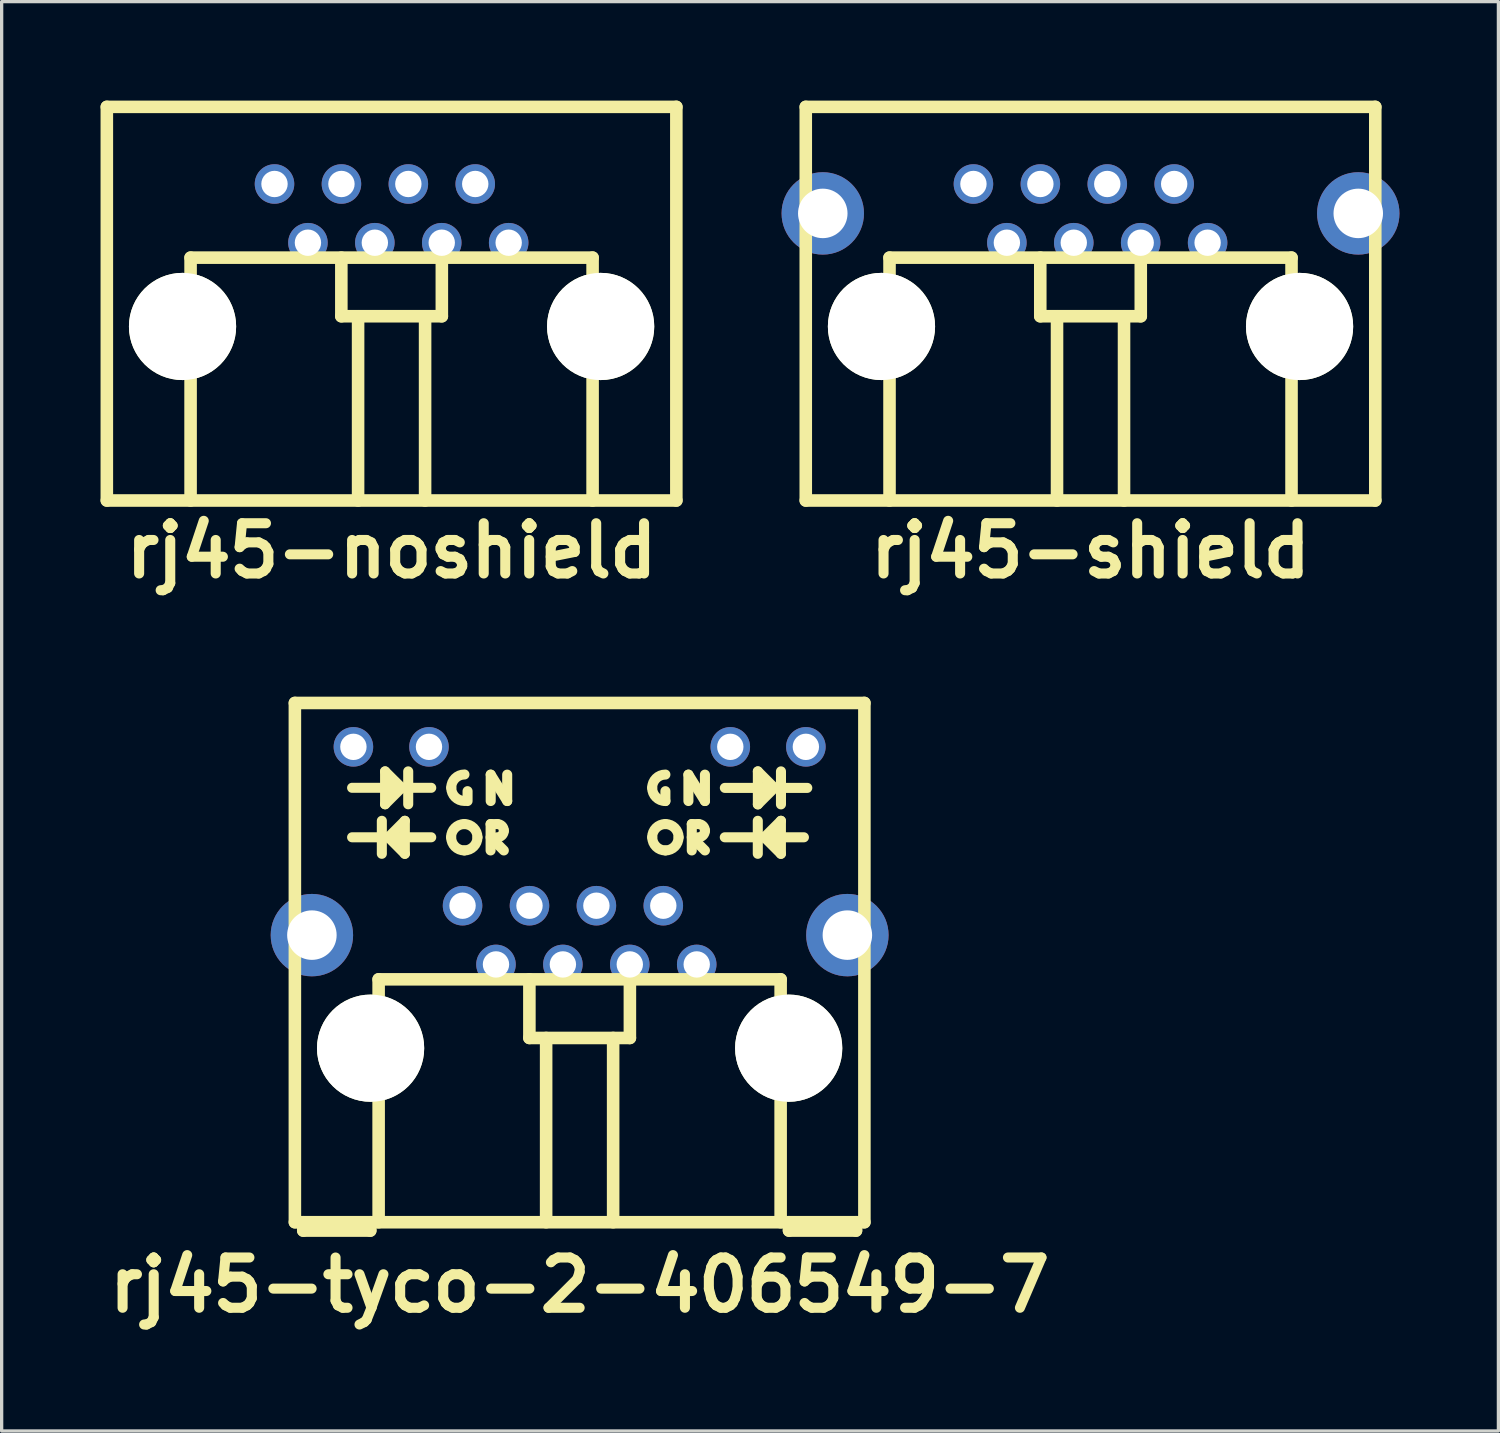
<source format=kicad_pcb>
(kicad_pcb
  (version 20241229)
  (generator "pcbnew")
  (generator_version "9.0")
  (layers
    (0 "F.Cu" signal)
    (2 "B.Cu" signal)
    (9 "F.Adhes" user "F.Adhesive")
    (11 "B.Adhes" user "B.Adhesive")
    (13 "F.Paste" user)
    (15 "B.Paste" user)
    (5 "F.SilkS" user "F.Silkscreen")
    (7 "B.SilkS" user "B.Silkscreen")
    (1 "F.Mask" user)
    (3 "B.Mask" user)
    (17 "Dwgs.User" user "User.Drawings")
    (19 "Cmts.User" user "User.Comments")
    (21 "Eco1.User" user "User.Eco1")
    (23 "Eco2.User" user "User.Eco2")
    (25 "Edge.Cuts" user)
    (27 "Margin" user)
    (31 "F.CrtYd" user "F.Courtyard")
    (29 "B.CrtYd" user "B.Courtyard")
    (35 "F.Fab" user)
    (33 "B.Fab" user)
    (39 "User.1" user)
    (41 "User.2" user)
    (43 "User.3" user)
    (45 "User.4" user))
  (footprint "rj45-shield"
    (layer "F.Cu")
    (at 30.023 6.795)
    (property "Reference" "rj45-shield" (at 0 6.858 0) (layer "F.SilkS") (effects (font (size 1.524 1.524) (thickness 0.305))))
    (attr through_hole)
    (fp_line (start -8.636 -6.604) (end -8.636 5.334) (stroke (width 0.381) (type solid)) (layer "F.SilkS"))
    (fp_line (start -8.636 -6.604) (end 8.636 -6.604) (stroke (width 0.381) (type solid)) (layer "F.SilkS"))
    (fp_line (start -6.096 -2.032) (end 6.096 -2.032) (stroke (width 0.381) (type solid)) (layer "F.SilkS"))
    (fp_line (start -6.096 5.334) (end -6.096 -2.032) (stroke (width 0.381) (type solid)) (layer "F.SilkS"))
    (fp_line (start -1.524 -0.254) (end -1.524 -2.032) (stroke (width 0.381) (type solid)) (layer "F.SilkS"))
    (fp_line (start -1.016 5.334) (end -1.016 -0.254) (stroke (width 0.381) (type solid)) (layer "F.SilkS"))
    (fp_line (start 1.016 -0.254) (end 1.016 5.334) (stroke (width 0.381) (type solid)) (layer "F.SilkS"))
    (fp_line (start 1.524 -2.032) (end 1.524 -0.254) (stroke (width 0.381) (type solid)) (layer "F.SilkS"))
    (fp_line (start 1.524 -0.254) (end -1.524 -0.254) (stroke (width 0.381) (type solid)) (layer "F.SilkS"))
    (fp_line (start 6.096 -2.032) (end 6.096 5.334) (stroke (width 0.381) (type solid)) (layer "F.SilkS"))
    (fp_line (start 8.636 5.334) (end -8.636 5.334) (stroke (width 0.381) (type solid)) (layer "F.SilkS"))
    (fp_line (start 8.636 5.334) (end 8.636 -6.604) (stroke (width 0.381) (type solid)) (layer "F.SilkS"))
    (pad "" thru_hole circle (at -8.12 -3.373) (size 2.499 2.499) (drill 1.501) (layers "*.Cu"))
    (pad "" np_thru_hole circle (at -6.34 0.056) (size 3.251 3.251) (drill 3.251) (layers "*.Cu" "*.Mask" "F.SilkS"))
    (pad "" np_thru_hole circle (at 6.34 0.056) (size 3.251 3.251) (drill 3.251) (layers "*.Cu" "*.Mask" "F.SilkS"))
    (pad "" thru_hole circle (at 8.12 -3.373) (size 2.499 2.499) (drill 1.501) (layers "*.Cu"))
    (pad "1" thru_hole circle (at 3.551 -2.484) (size 1.199 1.199) (drill 0.8) (layers "*.Cu"))
    (pad "2" thru_hole circle (at 2.537 -4.265) (size 1.199 1.199) (drill 0.8) (layers "*.Cu"))
    (pad "3" thru_hole circle (at 1.521 -2.484) (size 1.199 1.199) (drill 0.8) (layers "*.Cu"))
    (pad "4" thru_hole circle (at 0.508 -4.265) (size 1.199 1.199) (drill 0.8) (layers "*.Cu"))
    (pad "5" thru_hole circle (at -0.508 -2.484) (size 1.199 1.199) (drill 0.8) (layers "*.Cu"))
    (pad "6" thru_hole circle (at -1.521 -4.265) (size 1.199 1.199) (drill 0.8) (layers "*.Cu"))
    (pad "7" thru_hole circle (at -2.537 -2.484) (size 1.199 1.199) (drill 0.8) (layers "*.Cu"))
    (pad "8" thru_hole circle (at -3.551 -4.265) (size 1.199 1.199) (drill 0.8) (layers "*.Cu")))
  (footprint "rj45-tyco-2-406549-7"
    (layer "F.Cu")
    (at 14.529 26.143)
    (property "Reference" "rj45-tyco-2-406549-7" (at 0 9.779 0) (layer "F.SilkS") (effects (font (size 1.524 1.524) (thickness 0.305))))
    (attr through_hole)
    (fp_line (start -8.636 -7.874) (end 8.636 -7.874) (stroke (width 0.381) (type solid)) (layer "F.SilkS"))
    (fp_line (start -8.636 7.874) (end -8.636 -7.874) (stroke (width 0.381) (type solid)) (layer "F.SilkS"))
    (fp_line (start -8.382 7.874) (end -8.382 8.128) (stroke (width 0.381) (type solid)) (layer "F.SilkS"))
    (fp_line (start -8.382 8.128) (end -6.35 8.128) (stroke (width 0.381) (type solid)) (layer "F.SilkS"))
    (fp_line (start -6.901 -5.301) (end -4.501 -5.301) (stroke (width 0.305) (type solid)) (layer "F.SilkS"))
    (fp_line (start -6.901 -3.8) (end -4.501 -3.8) (stroke (width 0.305) (type solid)) (layer "F.SilkS"))
    (fp_line (start -6.35 8.128) (end -6.35 7.874) (stroke (width 0.381) (type solid)) (layer "F.SilkS"))
    (fp_line (start -6.096 0.508) (end 6.096 0.508) (stroke (width 0.381) (type solid)) (layer "F.SilkS"))
    (fp_line (start -6.096 7.874) (end -6.096 0.508) (stroke (width 0.381) (type solid)) (layer "F.SilkS"))
    (fp_line (start -5.999 -4.3) (end -5.999 -3.299) (stroke (width 0.305) (type solid)) (layer "F.SilkS"))
    (fp_line (start -5.9 -5.799) (end -5.9 -4.801) (stroke (width 0.305) (type solid)) (layer "F.SilkS"))
    (fp_line (start -5.9 -4.801) (end -5.4 -5.301) (stroke (width 0.305) (type solid)) (layer "F.SilkS"))
    (fp_line (start -5.799 -3.8) (end -5.301 -3.299) (stroke (width 0.305) (type solid)) (layer "F.SilkS"))
    (fp_line (start -5.4 -5.301) (end -5.9 -5.799) (stroke (width 0.305) (type solid)) (layer "F.SilkS"))
    (fp_line (start -5.301 -4.3) (end -5.799 -3.8) (stroke (width 0.305) (type solid)) (layer "F.SilkS"))
    (fp_line (start -5.301 -3.299) (end -5.301 -4.3) (stroke (width 0.305) (type solid)) (layer "F.SilkS"))
    (fp_line (start -5.199 -5.799) (end -5.199 -4.801) (stroke (width 0.305) (type solid)) (layer "F.SilkS"))
    (fp_line (start -3.399 -5.199) (end -3.399 -4.9) (stroke (width 0.305) (type solid)) (layer "F.SilkS"))
    (fp_line (start -2.7 -3.8) (end -2.299 -3.401) (stroke (width 0.305) (type solid)) (layer "F.SilkS"))
    (fp_line (start -2.7 -3.401) (end -2.7 -4.201) (stroke (width 0.305) (type solid)) (layer "F.SilkS"))
    (fp_line (start -2.697 -5.7) (end -2.197 -4.9) (stroke (width 0.305) (type solid)) (layer "F.SilkS"))
    (fp_line (start -2.697 -4.9) (end -2.697 -5.7) (stroke (width 0.305) (type solid)) (layer "F.SilkS"))
    (fp_line (start -2.499 -4.201) (end -2.7 -4.201) (stroke (width 0.305) (type solid)) (layer "F.SilkS"))
    (fp_line (start -2.197 -4.9) (end -2.197 -5.7) (stroke (width 0.305) (type solid)) (layer "F.SilkS"))
    (fp_line (start -1.524 2.286) (end -1.524 0.508) (stroke (width 0.381) (type solid)) (layer "F.SilkS"))
    (fp_line (start -1.016 7.874) (end -1.016 2.286) (stroke (width 0.381) (type solid)) (layer "F.SilkS"))
    (fp_line (start 1.016 2.286) (end 1.016 7.874) (stroke (width 0.381) (type solid)) (layer "F.SilkS"))
    (fp_line (start 1.524 0.508) (end 1.524 2.286) (stroke (width 0.381) (type solid)) (layer "F.SilkS"))
    (fp_line (start 1.524 2.286) (end -1.524 2.286) (stroke (width 0.381) (type solid)) (layer "F.SilkS"))
    (fp_line (start 2.601 -4.9) (end 2.601 -5.199) (stroke (width 0.305) (type solid)) (layer "F.SilkS"))
    (fp_line (start 3.299 -5.7) (end 3.8 -4.9) (stroke (width 0.305) (type solid)) (layer "F.SilkS"))
    (fp_line (start 3.299 -4.9) (end 3.299 -5.7) (stroke (width 0.305) (type solid)) (layer "F.SilkS"))
    (fp_line (start 3.401 -3.401) (end 3.401 -4.201) (stroke (width 0.305) (type solid)) (layer "F.SilkS"))
    (fp_line (start 3.599 -4.201) (end 3.401 -4.201) (stroke (width 0.305) (type solid)) (layer "F.SilkS"))
    (fp_line (start 3.8 -4.9) (end 3.8 -5.7) (stroke (width 0.305) (type solid)) (layer "F.SilkS"))
    (fp_line (start 3.8 -3.401) (end 3.401 -3.8) (stroke (width 0.305) (type solid)) (layer "F.SilkS"))
    (fp_line (start 4.402 -3.8) (end 6.802 -3.8) (stroke (width 0.305) (type solid)) (layer "F.SilkS"))
    (fp_line (start 4.404 -5.298) (end 6.904 -5.298) (stroke (width 0.305) (type solid)) (layer "F.SilkS"))
    (fp_line (start 5.403 -4.3) (end 5.403 -3.299) (stroke (width 0.305) (type solid)) (layer "F.SilkS"))
    (fp_line (start 5.405 -5.799) (end 5.905 -5.298) (stroke (width 0.305) (type solid)) (layer "F.SilkS"))
    (fp_line (start 5.405 -4.798) (end 5.405 -5.799) (stroke (width 0.305) (type solid)) (layer "F.SilkS"))
    (fp_line (start 5.603 -3.8) (end 6.104 -4.3) (stroke (width 0.305) (type solid)) (layer "F.SilkS"))
    (fp_line (start 5.905 -5.298) (end 5.405 -4.798) (stroke (width 0.305) (type solid)) (layer "F.SilkS"))
    (fp_line (start 6.096 0.508) (end 6.096 7.874) (stroke (width 0.381) (type solid)) (layer "F.SilkS"))
    (fp_line (start 6.104 -4.3) (end 6.104 -3.299) (stroke (width 0.305) (type solid)) (layer "F.SilkS"))
    (fp_line (start 6.104 -3.299) (end 5.603 -3.8) (stroke (width 0.305) (type solid)) (layer "F.SilkS"))
    (fp_line (start 6.106 -5.799) (end 6.106 -4.798) (stroke (width 0.305) (type solid)) (layer "F.SilkS"))
    (fp_line (start 6.35 7.874) (end 6.35 8.128) (stroke (width 0.381) (type solid)) (layer "F.SilkS"))
    (fp_line (start 6.35 8.128) (end 8.382 8.128) (stroke (width 0.381) (type solid)) (layer "F.SilkS"))
    (fp_line (start 8.382 8.128) (end 8.382 7.874) (stroke (width 0.381) (type solid)) (layer "F.SilkS"))
    (fp_line (start 8.636 -7.874) (end 8.636 7.874) (stroke (width 0.381) (type solid)) (layer "F.SilkS"))
    (fp_line (start 8.636 7.874) (end -8.636 7.874) (stroke (width 0.381) (type solid)) (layer "F.SilkS"))
    (fp_arc (start -3.8989 -3.79984) (mid -3.781356 -4.083616) (end -3.49758 -4.20116) (stroke (width 0.3048) (type solid)) (layer "F.SilkS"))
    (fp_arc (start -3.89382 -5.30352) (mid -3.776276 -5.587296) (end -3.4925 -5.70484) (stroke (width 0.3048) (type solid)) (layer "F.SilkS"))
    (fp_arc (start -3.50012 -4.20116) (mid -3.216344 -4.083616) (end -3.0988 -3.79984) (stroke (width 0.3048) (type solid)) (layer "F.SilkS"))
    (fp_arc (start -3.49758 -3.40106) (mid -3.77956 -3.51786) (end -3.89636 -3.79984) (stroke (width 0.3048) (type solid)) (layer "F.SilkS"))
    (fp_arc (start -3.4925 -4.9022) (mid -3.776276 -5.019744) (end -3.89382 -5.30352) (stroke (width 0.3048) (type solid)) (layer "F.SilkS"))
    (fp_arc (start -3.0988 -3.79984) (mid -3.2156 -3.51786) (end -3.49758 -3.40106) (stroke (width 0.3048) (type solid)) (layer "F.SilkS"))
    (fp_arc (start -2.49936 -4.20116) (mid -2.357472 -4.142388) (end -2.2987 -4.0005) (stroke (width 0.3048) (type solid)) (layer "F.SilkS"))
    (fp_arc (start -2.2987 -4.0005) (mid -2.357472 -3.858612) (end -2.49936 -3.79984) (stroke (width 0.3048) (type solid)) (layer "F.SilkS"))
    (fp_arc (start 2.19964 -5.30098) (mid 2.317184 -5.584756) (end 2.60096 -5.7023) (stroke (width 0.3048) (type solid)) (layer "F.SilkS"))
    (fp_arc (start 2.19964 -3.79984) (mid 2.317184 -4.083616) (end 2.60096 -4.20116) (stroke (width 0.3048) (type solid)) (layer "F.SilkS"))
    (fp_arc (start 2.60096 -4.89966) (mid 2.317184 -5.017204) (end 2.19964 -5.30098) (stroke (width 0.3048) (type solid)) (layer "F.SilkS"))
    (fp_arc (start 2.60096 -4.20116) (mid 2.884736 -4.083616) (end 3.00228 -3.79984) (stroke (width 0.3048) (type solid)) (layer "F.SilkS"))
    (fp_arc (start 2.60096 -3.40106) (mid 2.31898 -3.51786) (end 2.20218 -3.79984) (stroke (width 0.3048) (type solid)) (layer "F.SilkS"))
    (fp_arc (start 2.99974 -3.79984) (mid 2.88294 -3.51786) (end 2.60096 -3.40106) (stroke (width 0.3048) (type solid)) (layer "F.SilkS"))
    (fp_arc (start 3.59918 -4.20116) (mid 3.741068 -4.142388) (end 3.79984 -4.0005) (stroke (width 0.3048) (type solid)) (layer "F.SilkS"))
    (fp_arc (start 3.79984 -4.0005) (mid 3.741068 -3.858612) (end 3.59918 -3.79984) (stroke (width 0.3048) (type solid)) (layer "F.SilkS"))
    (pad "" thru_hole circle (at -8.12 -0.833) (size 2.499 2.499) (drill 1.501) (layers "*.Cu"))
    (pad "" np_thru_hole circle (at -6.34 2.596) (size 3.251 3.251) (drill 3.251) (layers "*.Cu" "*.Mask" "F.SilkS"))
    (pad "" np_thru_hole circle (at 6.34 2.596) (size 3.251 3.251) (drill 3.251) (layers "*.Cu" "*.Mask" "F.SilkS"))
    (pad "" thru_hole circle (at 8.12 -0.833) (size 2.499 2.499) (drill 1.501) (layers "*.Cu"))
    (pad "1" thru_hole circle (at 3.551 0.056) (size 1.199 1.199) (drill 0.8) (layers "*.Cu"))
    (pad "2" thru_hole circle (at 2.537 -1.725) (size 1.199 1.199) (drill 0.8) (layers "*.Cu"))
    (pad "3" thru_hole circle (at 1.521 0.056) (size 1.199 1.199) (drill 0.8) (layers "*.Cu"))
    (pad "4" thru_hole circle (at 0.508 -1.725) (size 1.199 1.199) (drill 0.8) (layers "*.Cu"))
    (pad "5" thru_hole circle (at -0.508 0.056) (size 1.199 1.199) (drill 0.8) (layers "*.Cu"))
    (pad "6" thru_hole circle (at -1.521 -1.725) (size 1.199 1.199) (drill 0.8) (layers "*.Cu"))
    (pad "7" thru_hole circle (at -2.537 0.056) (size 1.199 1.199) (drill 0.8) (layers "*.Cu"))
    (pad "8" thru_hole circle (at -3.551 -1.725) (size 1.199 1.199) (drill 0.8) (layers "*.Cu"))
    (pad "9" thru_hole circle (at 6.861 -6.543) (size 1.199 1.199) (drill 0.8) (layers "*.Cu"))
    (pad "10" thru_hole circle (at 4.569 -6.543) (size 1.199 1.199) (drill 0.8) (layers "*.Cu"))
    (pad "11" thru_hole circle (at -4.569 -6.543) (size 1.199 1.199) (drill 0.8) (layers "*.Cu"))
    (pad "12" thru_hole circle (at -6.861 -6.543) (size 1.199 1.199) (drill 0.8) (layers "*.Cu")))
  (footprint "rj45-noshield"
    (layer "F.Cu")
    (at 8.826 6.795)
    (property "Reference" "rj45-noshield" (at 0 6.858 0) (layer "F.SilkS") (effects (font (size 1.524 1.524) (thickness 0.305))))
    (attr through_hole)
    (fp_line (start -8.636 -6.604) (end -8.636 5.334) (stroke (width 0.381) (type solid)) (layer "F.SilkS"))
    (fp_line (start -8.636 -6.604) (end 8.636 -6.604) (stroke (width 0.381) (type solid)) (layer "F.SilkS"))
    (fp_line (start -6.096 -2.032) (end 6.096 -2.032) (stroke (width 0.381) (type solid)) (layer "F.SilkS"))
    (fp_line (start -6.096 5.334) (end -6.096 -2.032) (stroke (width 0.381) (type solid)) (layer "F.SilkS"))
    (fp_line (start -1.524 -0.254) (end -1.524 -2.032) (stroke (width 0.381) (type solid)) (layer "F.SilkS"))
    (fp_line (start -1.016 5.334) (end -1.016 -0.254) (stroke (width 0.381) (type solid)) (layer "F.SilkS"))
    (fp_line (start 1.016 -0.254) (end 1.016 5.334) (stroke (width 0.381) (type solid)) (layer "F.SilkS"))
    (fp_line (start 1.524 -2.032) (end 1.524 -0.254) (stroke (width 0.381) (type solid)) (layer "F.SilkS"))
    (fp_line (start 1.524 -0.254) (end -1.524 -0.254) (stroke (width 0.381) (type solid)) (layer "F.SilkS"))
    (fp_line (start 6.096 -2.032) (end 6.096 5.334) (stroke (width 0.381) (type solid)) (layer "F.SilkS"))
    (fp_line (start 8.636 5.334) (end -8.636 5.334) (stroke (width 0.381) (type solid)) (layer "F.SilkS"))
    (fp_line (start 8.636 5.334) (end 8.636 -6.604) (stroke (width 0.381) (type solid)) (layer "F.SilkS"))
    (pad "" np_thru_hole circle (at -6.34 0.056) (size 3.251 3.251) (drill 3.251) (layers "*.Cu" "*.Mask" "F.SilkS"))
    (pad "" np_thru_hole circle (at 6.34 0.056) (size 3.251 3.251) (drill 3.251) (layers "*.Cu" "*.Mask" "F.SilkS"))
    (pad "1" thru_hole circle (at 3.551 -2.484) (size 1.199 1.199) (drill 0.8) (layers "*.Cu"))
    (pad "2" thru_hole circle (at 2.537 -4.265) (size 1.199 1.199) (drill 0.8) (layers "*.Cu"))
    (pad "3" thru_hole circle (at 1.521 -2.484) (size 1.199 1.199) (drill 0.8) (layers "*.Cu"))
    (pad "4" thru_hole circle (at 0.508 -4.265) (size 1.199 1.199) (drill 0.8) (layers "*.Cu"))
    (pad "5" thru_hole circle (at -0.508 -2.484) (size 1.199 1.199) (drill 0.8) (layers "*.Cu"))
    (pad "6" thru_hole circle (at -1.521 -4.265) (size 1.199 1.199) (drill 0.8) (layers "*.Cu"))
    (pad "7" thru_hole circle (at -2.537 -2.484) (size 1.199 1.199) (drill 0.8) (layers "*.Cu"))
    (pad "8" thru_hole circle (at -3.551 -4.265) (size 1.199 1.199) (drill 0.8) (layers "*.Cu")))
  (gr_rect
    (start -3 -3)
    (end 42.393 40.349)
    (stroke (width 0.1) (type default))
    (fill no)
    (layer "Edge.Cuts")))
</source>
